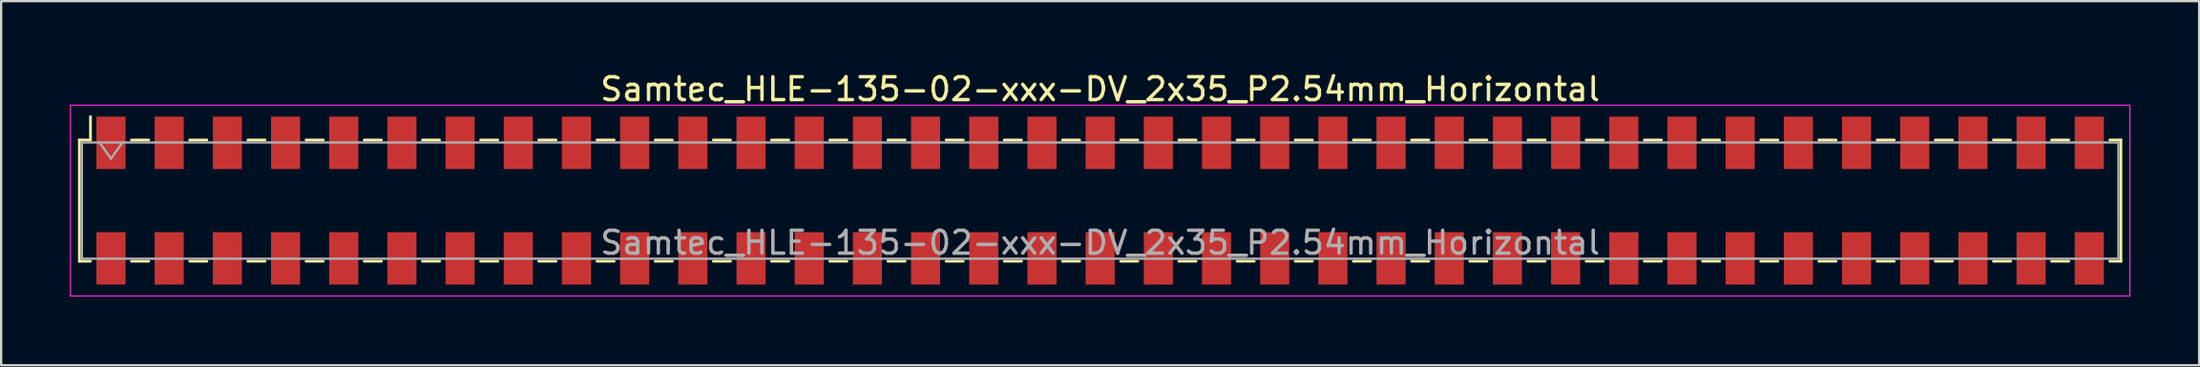
<source format=kicad_pcb>
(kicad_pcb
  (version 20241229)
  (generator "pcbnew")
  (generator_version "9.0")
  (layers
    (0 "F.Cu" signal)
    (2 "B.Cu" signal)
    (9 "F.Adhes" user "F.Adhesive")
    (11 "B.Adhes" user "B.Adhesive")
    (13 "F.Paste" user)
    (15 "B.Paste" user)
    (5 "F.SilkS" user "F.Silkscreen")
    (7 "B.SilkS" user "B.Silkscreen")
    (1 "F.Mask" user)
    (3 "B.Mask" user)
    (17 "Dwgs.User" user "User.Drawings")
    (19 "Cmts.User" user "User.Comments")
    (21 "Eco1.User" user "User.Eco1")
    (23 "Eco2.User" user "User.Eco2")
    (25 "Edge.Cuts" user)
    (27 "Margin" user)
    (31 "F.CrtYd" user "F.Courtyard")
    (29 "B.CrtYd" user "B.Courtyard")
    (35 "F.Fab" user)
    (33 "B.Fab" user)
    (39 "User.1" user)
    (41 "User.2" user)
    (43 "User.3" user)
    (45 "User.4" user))
  (footprint "Samtec_HLE-135-02-xxx-DV_2x35_P2.54mm_Horizontal"
    (layer "F.Cu")
    (at 44.975 5.718)
    (property "Reference" "Samtec_HLE-135-02-xxx-DV_2x35_P2.54mm_Horizontal" (at 0 -4.87 0) (layer "F.SilkS") (effects (font (size 1 1) (thickness 0.15))))
    (attr smd)
    (fp_line (start -44.56 -2.65) (end -44.56 2.65) (stroke (width 0.12) (type solid)) (layer "F.SilkS"))
    (fp_line (start -44.56 2.65) (end -44.075 2.65) (stroke (width 0.12) (type solid)) (layer "F.SilkS"))
    (fp_line (start -44.075 -3.67) (end -44.075 -2.65) (stroke (width 0.12) (type solid)) (layer "F.SilkS"))
    (fp_line (start -44.075 -2.65) (end -44.56 -2.65) (stroke (width 0.12) (type solid)) (layer "F.SilkS"))
    (fp_line (start -42.285 -2.65) (end -41.535 -2.65) (stroke (width 0.12) (type solid)) (layer "F.SilkS"))
    (fp_line (start -42.285 2.65) (end -41.535 2.65) (stroke (width 0.12) (type solid)) (layer "F.SilkS"))
    (fp_line (start -39.745 -2.65) (end -38.995 -2.65) (stroke (width 0.12) (type solid)) (layer "F.SilkS"))
    (fp_line (start -39.745 2.65) (end -38.995 2.65) (stroke (width 0.12) (type solid)) (layer "F.SilkS"))
    (fp_line (start -37.205 -2.65) (end -36.455 -2.65) (stroke (width 0.12) (type solid)) (layer "F.SilkS"))
    (fp_line (start -37.205 2.65) (end -36.455 2.65) (stroke (width 0.12) (type solid)) (layer "F.SilkS"))
    (fp_line (start -34.665 -2.65) (end -33.915 -2.65) (stroke (width 0.12) (type solid)) (layer "F.SilkS"))
    (fp_line (start -34.665 2.65) (end -33.915 2.65) (stroke (width 0.12) (type solid)) (layer "F.SilkS"))
    (fp_line (start -32.125 -2.65) (end -31.375 -2.65) (stroke (width 0.12) (type solid)) (layer "F.SilkS"))
    (fp_line (start -32.125 2.65) (end -31.375 2.65) (stroke (width 0.12) (type solid)) (layer "F.SilkS"))
    (fp_line (start -29.585 -2.65) (end -28.835 -2.65) (stroke (width 0.12) (type solid)) (layer "F.SilkS"))
    (fp_line (start -29.585 2.65) (end -28.835 2.65) (stroke (width 0.12) (type solid)) (layer "F.SilkS"))
    (fp_line (start -27.045 -2.65) (end -26.295 -2.65) (stroke (width 0.12) (type solid)) (layer "F.SilkS"))
    (fp_line (start -27.045 2.65) (end -26.295 2.65) (stroke (width 0.12) (type solid)) (layer "F.SilkS"))
    (fp_line (start -24.505 -2.65) (end -23.755 -2.65) (stroke (width 0.12) (type solid)) (layer "F.SilkS"))
    (fp_line (start -24.505 2.65) (end -23.755 2.65) (stroke (width 0.12) (type solid)) (layer "F.SilkS"))
    (fp_line (start -21.965 -2.65) (end -21.215 -2.65) (stroke (width 0.12) (type solid)) (layer "F.SilkS"))
    (fp_line (start -21.965 2.65) (end -21.215 2.65) (stroke (width 0.12) (type solid)) (layer "F.SilkS"))
    (fp_line (start -19.425 -2.65) (end -18.675 -2.65) (stroke (width 0.12) (type solid)) (layer "F.SilkS"))
    (fp_line (start -19.425 2.65) (end -18.675 2.65) (stroke (width 0.12) (type solid)) (layer "F.SilkS"))
    (fp_line (start -16.885 -2.65) (end -16.135 -2.65) (stroke (width 0.12) (type solid)) (layer "F.SilkS"))
    (fp_line (start -16.885 2.65) (end -16.135 2.65) (stroke (width 0.12) (type solid)) (layer "F.SilkS"))
    (fp_line (start -14.345 -2.65) (end -13.595 -2.65) (stroke (width 0.12) (type solid)) (layer "F.SilkS"))
    (fp_line (start -14.345 2.65) (end -13.595 2.65) (stroke (width 0.12) (type solid)) (layer "F.SilkS"))
    (fp_line (start -11.805 -2.65) (end -11.055 -2.65) (stroke (width 0.12) (type solid)) (layer "F.SilkS"))
    (fp_line (start -11.805 2.65) (end -11.055 2.65) (stroke (width 0.12) (type solid)) (layer "F.SilkS"))
    (fp_line (start -9.265 -2.65) (end -8.515 -2.65) (stroke (width 0.12) (type solid)) (layer "F.SilkS"))
    (fp_line (start -9.265 2.65) (end -8.515 2.65) (stroke (width 0.12) (type solid)) (layer "F.SilkS"))
    (fp_line (start -6.725 -2.65) (end -5.975 -2.65) (stroke (width 0.12) (type solid)) (layer "F.SilkS"))
    (fp_line (start -6.725 2.65) (end -5.975 2.65) (stroke (width 0.12) (type solid)) (layer "F.SilkS"))
    (fp_line (start -4.185 -2.65) (end -3.435 -2.65) (stroke (width 0.12) (type solid)) (layer "F.SilkS"))
    (fp_line (start -4.185 2.65) (end -3.435 2.65) (stroke (width 0.12) (type solid)) (layer "F.SilkS"))
    (fp_line (start -1.645 -2.65) (end -0.895 -2.65) (stroke (width 0.12) (type solid)) (layer "F.SilkS"))
    (fp_line (start -1.645 2.65) (end -0.895 2.65) (stroke (width 0.12) (type solid)) (layer "F.SilkS"))
    (fp_line (start 0.895 -2.65) (end 1.645 -2.65) (stroke (width 0.12) (type solid)) (layer "F.SilkS"))
    (fp_line (start 0.895 2.65) (end 1.645 2.65) (stroke (width 0.12) (type solid)) (layer "F.SilkS"))
    (fp_line (start 3.435 -2.65) (end 4.185 -2.65) (stroke (width 0.12) (type solid)) (layer "F.SilkS"))
    (fp_line (start 3.435 2.65) (end 4.185 2.65) (stroke (width 0.12) (type solid)) (layer "F.SilkS"))
    (fp_line (start 5.975 -2.65) (end 6.725 -2.65) (stroke (width 0.12) (type solid)) (layer "F.SilkS"))
    (fp_line (start 5.975 2.65) (end 6.725 2.65) (stroke (width 0.12) (type solid)) (layer "F.SilkS"))
    (fp_line (start 8.515 -2.65) (end 9.265 -2.65) (stroke (width 0.12) (type solid)) (layer "F.SilkS"))
    (fp_line (start 8.515 2.65) (end 9.265 2.65) (stroke (width 0.12) (type solid)) (layer "F.SilkS"))
    (fp_line (start 11.055 -2.65) (end 11.805 -2.65) (stroke (width 0.12) (type solid)) (layer "F.SilkS"))
    (fp_line (start 11.055 2.65) (end 11.805 2.65) (stroke (width 0.12) (type solid)) (layer "F.SilkS"))
    (fp_line (start 13.595 -2.65) (end 14.345 -2.65) (stroke (width 0.12) (type solid)) (layer "F.SilkS"))
    (fp_line (start 13.595 2.65) (end 14.345 2.65) (stroke (width 0.12) (type solid)) (layer "F.SilkS"))
    (fp_line (start 16.135 -2.65) (end 16.885 -2.65) (stroke (width 0.12) (type solid)) (layer "F.SilkS"))
    (fp_line (start 16.135 2.65) (end 16.885 2.65) (stroke (width 0.12) (type solid)) (layer "F.SilkS"))
    (fp_line (start 18.675 -2.65) (end 19.425 -2.65) (stroke (width 0.12) (type solid)) (layer "F.SilkS"))
    (fp_line (start 18.675 2.65) (end 19.425 2.65) (stroke (width 0.12) (type solid)) (layer "F.SilkS"))
    (fp_line (start 21.215 -2.65) (end 21.965 -2.65) (stroke (width 0.12) (type solid)) (layer "F.SilkS"))
    (fp_line (start 21.215 2.65) (end 21.965 2.65) (stroke (width 0.12) (type solid)) (layer "F.SilkS"))
    (fp_line (start 23.755 -2.65) (end 24.505 -2.65) (stroke (width 0.12) (type solid)) (layer "F.SilkS"))
    (fp_line (start 23.755 2.65) (end 24.505 2.65) (stroke (width 0.12) (type solid)) (layer "F.SilkS"))
    (fp_line (start 26.295 -2.65) (end 27.045 -2.65) (stroke (width 0.12) (type solid)) (layer "F.SilkS"))
    (fp_line (start 26.295 2.65) (end 27.045 2.65) (stroke (width 0.12) (type solid)) (layer "F.SilkS"))
    (fp_line (start 28.835 -2.65) (end 29.585 -2.65) (stroke (width 0.12) (type solid)) (layer "F.SilkS"))
    (fp_line (start 28.835 2.65) (end 29.585 2.65) (stroke (width 0.12) (type solid)) (layer "F.SilkS"))
    (fp_line (start 31.375 -2.65) (end 32.125 -2.65) (stroke (width 0.12) (type solid)) (layer "F.SilkS"))
    (fp_line (start 31.375 2.65) (end 32.125 2.65) (stroke (width 0.12) (type solid)) (layer "F.SilkS"))
    (fp_line (start 33.915 -2.65) (end 34.665 -2.65) (stroke (width 0.12) (type solid)) (layer "F.SilkS"))
    (fp_line (start 33.915 2.65) (end 34.665 2.65) (stroke (width 0.12) (type solid)) (layer "F.SilkS"))
    (fp_line (start 36.455 -2.65) (end 37.205 -2.65) (stroke (width 0.12) (type solid)) (layer "F.SilkS"))
    (fp_line (start 36.455 2.65) (end 37.205 2.65) (stroke (width 0.12) (type solid)) (layer "F.SilkS"))
    (fp_line (start 38.995 -2.65) (end 39.745 -2.65) (stroke (width 0.12) (type solid)) (layer "F.SilkS"))
    (fp_line (start 38.995 2.65) (end 39.745 2.65) (stroke (width 0.12) (type solid)) (layer "F.SilkS"))
    (fp_line (start 41.535 -2.65) (end 42.285 -2.65) (stroke (width 0.12) (type solid)) (layer "F.SilkS"))
    (fp_line (start 41.535 2.65) (end 42.285 2.65) (stroke (width 0.12) (type solid)) (layer "F.SilkS"))
    (fp_line (start 44.075 -2.65) (end 44.56 -2.65) (stroke (width 0.12) (type solid)) (layer "F.SilkS"))
    (fp_line (start 44.56 -2.65) (end 44.56 2.65) (stroke (width 0.12) (type solid)) (layer "F.SilkS"))
    (fp_line (start 44.56 2.65) (end 44.075 2.65) (stroke (width 0.12) (type solid)) (layer "F.SilkS"))
    (fp_line (start -44.95 -4.17) (end 44.95 -4.17) (stroke (width 0.05) (type solid)) (layer "F.CrtYd"))
    (fp_line (start -44.95 4.17) (end -44.95 -4.17) (stroke (width 0.05) (type solid)) (layer "F.CrtYd"))
    (fp_line (start 44.95 -4.17) (end 44.95 4.17) (stroke (width 0.05) (type solid)) (layer "F.CrtYd"))
    (fp_line (start 44.95 4.17) (end -44.95 4.17) (stroke (width 0.05) (type solid)) (layer "F.CrtYd"))
    (fp_line (start -44.45 -2.54) (end 44.45 -2.54) (stroke (width 0.1) (type solid)) (layer "F.Fab"))
    (fp_line (start -44.45 2.54) (end -44.45 -2.54) (stroke (width 0.1) (type solid)) (layer "F.Fab"))
    (fp_line (start -43.68 -2.54) (end -43.18 -1.833) (stroke (width 0.1) (type solid)) (layer "F.Fab"))
    (fp_line (start -43.18 -1.833) (end -42.68 -2.54) (stroke (width 0.1) (type solid)) (layer "F.Fab"))
    (fp_line (start 44.45 -2.54) (end 44.45 2.54) (stroke (width 0.1) (type solid)) (layer "F.Fab"))
    (fp_line (start 44.45 2.54) (end -44.45 2.54) (stroke (width 0.1) (type solid)) (layer "F.Fab"))
    (fp_text user "${REFERENCE}" (at 0 1.84 0) (layer "F.Fab") (effects (font (size 1 1) (thickness 0.15))))
    (pad "1" smd rect (at -43.18 -2.525) (size 1.27 2.29) (layers "F.Cu" "F.Mask" "F.Paste"))
    (pad "2" smd rect (at -43.18 2.525) (size 1.27 2.29) (layers "F.Cu" "F.Mask" "F.Paste"))
    (pad "3" smd rect (at -40.64 -2.525) (size 1.27 2.29) (layers "F.Cu" "F.Mask" "F.Paste"))
    (pad "4" smd rect (at -40.64 2.525) (size 1.27 2.29) (layers "F.Cu" "F.Mask" "F.Paste"))
    (pad "5" smd rect (at -38.1 -2.525) (size 1.27 2.29) (layers "F.Cu" "F.Mask" "F.Paste"))
    (pad "6" smd rect (at -38.1 2.525) (size 1.27 2.29) (layers "F.Cu" "F.Mask" "F.Paste"))
    (pad "7" smd rect (at -35.56 -2.525) (size 1.27 2.29) (layers "F.Cu" "F.Mask" "F.Paste"))
    (pad "8" smd rect (at -35.56 2.525) (size 1.27 2.29) (layers "F.Cu" "F.Mask" "F.Paste"))
    (pad "9" smd rect (at -33.02 -2.525) (size 1.27 2.29) (layers "F.Cu" "F.Mask" "F.Paste"))
    (pad "10" smd rect (at -33.02 2.525) (size 1.27 2.29) (layers "F.Cu" "F.Mask" "F.Paste"))
    (pad "11" smd rect (at -30.48 -2.525) (size 1.27 2.29) (layers "F.Cu" "F.Mask" "F.Paste"))
    (pad "12" smd rect (at -30.48 2.525) (size 1.27 2.29) (layers "F.Cu" "F.Mask" "F.Paste"))
    (pad "13" smd rect (at -27.94 -2.525) (size 1.27 2.29) (layers "F.Cu" "F.Mask" "F.Paste"))
    (pad "14" smd rect (at -27.94 2.525) (size 1.27 2.29) (layers "F.Cu" "F.Mask" "F.Paste"))
    (pad "15" smd rect (at -25.4 -2.525) (size 1.27 2.29) (layers "F.Cu" "F.Mask" "F.Paste"))
    (pad "16" smd rect (at -25.4 2.525) (size 1.27 2.29) (layers "F.Cu" "F.Mask" "F.Paste"))
    (pad "17" smd rect (at -22.86 -2.525) (size 1.27 2.29) (layers "F.Cu" "F.Mask" "F.Paste"))
    (pad "18" smd rect (at -22.86 2.525) (size 1.27 2.29) (layers "F.Cu" "F.Mask" "F.Paste"))
    (pad "19" smd rect (at -20.32 -2.525) (size 1.27 2.29) (layers "F.Cu" "F.Mask" "F.Paste"))
    (pad "20" smd rect (at -20.32 2.525) (size 1.27 2.29) (layers "F.Cu" "F.Mask" "F.Paste"))
    (pad "21" smd rect (at -17.78 -2.525) (size 1.27 2.29) (layers "F.Cu" "F.Mask" "F.Paste"))
    (pad "22" smd rect (at -17.78 2.525) (size 1.27 2.29) (layers "F.Cu" "F.Mask" "F.Paste"))
    (pad "23" smd rect (at -15.24 -2.525) (size 1.27 2.29) (layers "F.Cu" "F.Mask" "F.Paste"))
    (pad "24" smd rect (at -15.24 2.525) (size 1.27 2.29) (layers "F.Cu" "F.Mask" "F.Paste"))
    (pad "25" smd rect (at -12.7 -2.525) (size 1.27 2.29) (layers "F.Cu" "F.Mask" "F.Paste"))
    (pad "26" smd rect (at -12.7 2.525) (size 1.27 2.29) (layers "F.Cu" "F.Mask" "F.Paste"))
    (pad "27" smd rect (at -10.16 -2.525) (size 1.27 2.29) (layers "F.Cu" "F.Mask" "F.Paste"))
    (pad "28" smd rect (at -10.16 2.525) (size 1.27 2.29) (layers "F.Cu" "F.Mask" "F.Paste"))
    (pad "29" smd rect (at -7.62 -2.525) (size 1.27 2.29) (layers "F.Cu" "F.Mask" "F.Paste"))
    (pad "30" smd rect (at -7.62 2.525) (size 1.27 2.29) (layers "F.Cu" "F.Mask" "F.Paste"))
    (pad "31" smd rect (at -5.08 -2.525) (size 1.27 2.29) (layers "F.Cu" "F.Mask" "F.Paste"))
    (pad "32" smd rect (at -5.08 2.525) (size 1.27 2.29) (layers "F.Cu" "F.Mask" "F.Paste"))
    (pad "33" smd rect (at -2.54 -2.525) (size 1.27 2.29) (layers "F.Cu" "F.Mask" "F.Paste"))
    (pad "34" smd rect (at -2.54 2.525) (size 1.27 2.29) (layers "F.Cu" "F.Mask" "F.Paste"))
    (pad "35" smd rect (at 0 -2.525) (size 1.27 2.29) (layers "F.Cu" "F.Mask" "F.Paste"))
    (pad "36" smd rect (at 0 2.525) (size 1.27 2.29) (layers "F.Cu" "F.Mask" "F.Paste"))
    (pad "37" smd rect (at 2.54 -2.525) (size 1.27 2.29) (layers "F.Cu" "F.Mask" "F.Paste"))
    (pad "38" smd rect (at 2.54 2.525) (size 1.27 2.29) (layers "F.Cu" "F.Mask" "F.Paste"))
    (pad "39" smd rect (at 5.08 -2.525) (size 1.27 2.29) (layers "F.Cu" "F.Mask" "F.Paste"))
    (pad "40" smd rect (at 5.08 2.525) (size 1.27 2.29) (layers "F.Cu" "F.Mask" "F.Paste"))
    (pad "41" smd rect (at 7.62 -2.525) (size 1.27 2.29) (layers "F.Cu" "F.Mask" "F.Paste"))
    (pad "42" smd rect (at 7.62 2.525) (size 1.27 2.29) (layers "F.Cu" "F.Mask" "F.Paste"))
    (pad "43" smd rect (at 10.16 -2.525) (size 1.27 2.29) (layers "F.Cu" "F.Mask" "F.Paste"))
    (pad "44" smd rect (at 10.16 2.525) (size 1.27 2.29) (layers "F.Cu" "F.Mask" "F.Paste"))
    (pad "45" smd rect (at 12.7 -2.525) (size 1.27 2.29) (layers "F.Cu" "F.Mask" "F.Paste"))
    (pad "46" smd rect (at 12.7 2.525) (size 1.27 2.29) (layers "F.Cu" "F.Mask" "F.Paste"))
    (pad "47" smd rect (at 15.24 -2.525) (size 1.27 2.29) (layers "F.Cu" "F.Mask" "F.Paste"))
    (pad "48" smd rect (at 15.24 2.525) (size 1.27 2.29) (layers "F.Cu" "F.Mask" "F.Paste"))
    (pad "49" smd rect (at 17.78 -2.525) (size 1.27 2.29) (layers "F.Cu" "F.Mask" "F.Paste"))
    (pad "50" smd rect (at 17.78 2.525) (size 1.27 2.29) (layers "F.Cu" "F.Mask" "F.Paste"))
    (pad "51" smd rect (at 20.32 -2.525) (size 1.27 2.29) (layers "F.Cu" "F.Mask" "F.Paste"))
    (pad "52" smd rect (at 20.32 2.525) (size 1.27 2.29) (layers "F.Cu" "F.Mask" "F.Paste"))
    (pad "53" smd rect (at 22.86 -2.525) (size 1.27 2.29) (layers "F.Cu" "F.Mask" "F.Paste"))
    (pad "54" smd rect (at 22.86 2.525) (size 1.27 2.29) (layers "F.Cu" "F.Mask" "F.Paste"))
    (pad "55" smd rect (at 25.4 -2.525) (size 1.27 2.29) (layers "F.Cu" "F.Mask" "F.Paste"))
    (pad "56" smd rect (at 25.4 2.525) (size 1.27 2.29) (layers "F.Cu" "F.Mask" "F.Paste"))
    (pad "57" smd rect (at 27.94 -2.525) (size 1.27 2.29) (layers "F.Cu" "F.Mask" "F.Paste"))
    (pad "58" smd rect (at 27.94 2.525) (size 1.27 2.29) (layers "F.Cu" "F.Mask" "F.Paste"))
    (pad "59" smd rect (at 30.48 -2.525) (size 1.27 2.29) (layers "F.Cu" "F.Mask" "F.Paste"))
    (pad "60" smd rect (at 30.48 2.525) (size 1.27 2.29) (layers "F.Cu" "F.Mask" "F.Paste"))
    (pad "61" smd rect (at 33.02 -2.525) (size 1.27 2.29) (layers "F.Cu" "F.Mask" "F.Paste"))
    (pad "62" smd rect (at 33.02 2.525) (size 1.27 2.29) (layers "F.Cu" "F.Mask" "F.Paste"))
    (pad "63" smd rect (at 35.56 -2.525) (size 1.27 2.29) (layers "F.Cu" "F.Mask" "F.Paste"))
    (pad "64" smd rect (at 35.56 2.525) (size 1.27 2.29) (layers "F.Cu" "F.Mask" "F.Paste"))
    (pad "65" smd rect (at 38.1 -2.525) (size 1.27 2.29) (layers "F.Cu" "F.Mask" "F.Paste"))
    (pad "66" smd rect (at 38.1 2.525) (size 1.27 2.29) (layers "F.Cu" "F.Mask" "F.Paste"))
    (pad "67" smd rect (at 40.64 -2.525) (size 1.27 2.29) (layers "F.Cu" "F.Mask" "F.Paste"))
    (pad "68" smd rect (at 40.64 2.525) (size 1.27 2.29) (layers "F.Cu" "F.Mask" "F.Paste"))
    (pad "69" smd rect (at 43.18 -2.525) (size 1.27 2.29) (layers "F.Cu" "F.Mask" "F.Paste"))
    (pad "70" smd rect (at 43.18 2.525) (size 1.27 2.29) (layers "F.Cu" "F.Mask" "F.Paste")))
  (gr_rect
    (start -3 -3)
    (end 92.95 12.913)
    (stroke (width 0.1) (type default))
    (fill no)
    (layer "Edge.Cuts")))
</source>
